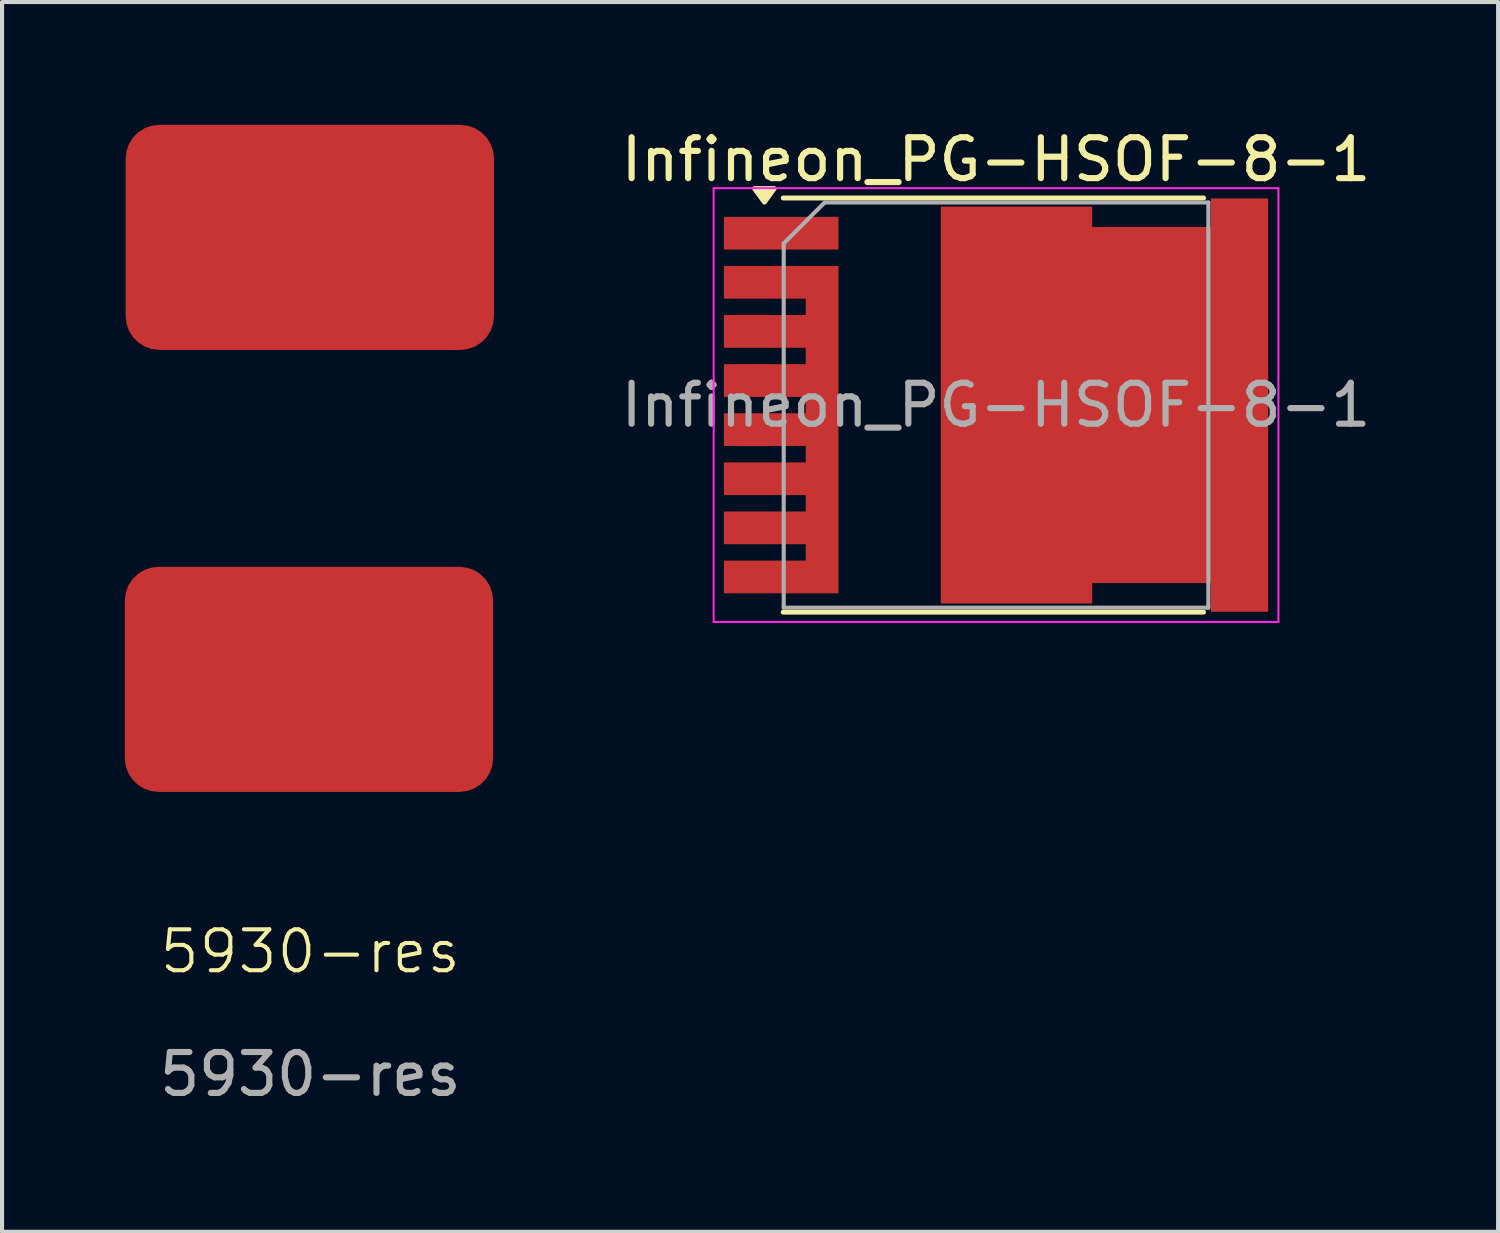
<source format=kicad_pcb>
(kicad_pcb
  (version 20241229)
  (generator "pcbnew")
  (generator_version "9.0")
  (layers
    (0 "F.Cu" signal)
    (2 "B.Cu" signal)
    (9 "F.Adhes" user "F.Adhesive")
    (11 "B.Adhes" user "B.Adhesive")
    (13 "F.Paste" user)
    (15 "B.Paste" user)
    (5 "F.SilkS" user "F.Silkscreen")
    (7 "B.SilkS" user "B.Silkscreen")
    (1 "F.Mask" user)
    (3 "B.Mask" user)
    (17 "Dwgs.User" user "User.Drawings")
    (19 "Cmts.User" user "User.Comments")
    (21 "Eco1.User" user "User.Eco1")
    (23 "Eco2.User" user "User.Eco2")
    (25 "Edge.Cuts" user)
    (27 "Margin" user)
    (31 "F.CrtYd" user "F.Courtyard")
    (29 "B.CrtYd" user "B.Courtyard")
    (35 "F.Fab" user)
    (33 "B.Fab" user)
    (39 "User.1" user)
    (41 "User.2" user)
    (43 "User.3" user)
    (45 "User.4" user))
  (footprint "Infineon_PG-HSOF-8-1"
    (layer "F.Cu")
    (at 21.288 6.848)
    (property "Reference" "Infineon_PG-HSOF-8-1" (at 0 -6 0) (layer "F.SilkS") (effects (font (size 1 1) (thickness 0.15))))
    (attr smd)
    (fp_line (start -5.2 -5.06) (end 5.07 -5.06) (stroke (width 0.12) (type solid)) (layer "F.SilkS"))
    (fp_line (start -5.2 5.06) (end 5.07 5.06) (stroke (width 0.12) (type solid)) (layer "F.SilkS"))
    (fp_poly (pts (xy -5.66 -4.96) (xy -5.42 -5.29) (xy -5.9 -5.29) (xy -5.66 -4.96)) (stroke (width 0.12) (type solid)) (fill yes) (layer "F.SilkS"))
    (fp_line (start -6.9 5.3) (end -6.9 -5.3) (stroke (width 0.05) (type solid)) (layer "F.CrtYd"))
    (fp_line (start -6.9 5.3) (end 6.9 5.3) (stroke (width 0.05) (type solid)) (layer "F.CrtYd"))
    (fp_line (start 6.9 -5.3) (end -6.9 -5.3) (stroke (width 0.05) (type solid)) (layer "F.CrtYd"))
    (fp_line (start 6.9 -5.3) (end 6.9 5.3) (stroke (width 0.05) (type solid)) (layer "F.CrtYd"))
    (fp_line (start -5.188 4.95) (end -5.188 -3.95) (stroke (width 0.1) (type solid)) (layer "F.Fab"))
    (fp_line (start -4.188 -4.95) (end -5.188 -3.95) (stroke (width 0.1) (type solid)) (layer "F.Fab"))
    (fp_line (start -4.188 -4.95) (end 5.188 -4.95) (stroke (width 0.1) (type solid)) (layer "F.Fab"))
    (fp_line (start 5.188 -4.95) (end 5.188 4.95) (stroke (width 0.1) (type solid)) (layer "F.Fab"))
    (fp_line (start 5.188 4.95) (end -5.188 4.95) (stroke (width 0.1) (type solid)) (layer "F.Fab"))
    (fp_text user "${REFERENCE}" (at 0 0 0) (layer "F.Fab") (effects (font (size 1 1) (thickness 0.15))))
    (pad "" smd rect (at -5.25 -4.2) (size 2.6 0.7) (layers "F.Paste"))
    (pad "" smd rect (at -5.25 -3) (size 2.6 0.7) (layers "F.Paste"))
    (pad "" smd rect (at -5.25 -1.8) (size 2.6 0.7) (layers "F.Paste"))
    (pad "" smd rect (at -5.25 -0.6) (size 2.6 0.7) (layers "F.Paste"))
    (pad "" smd rect (at -5.25 0.6) (size 2.6 0.7) (layers "F.Paste"))
    (pad "" smd rect (at -5.25 1.8) (size 2.6 0.7) (layers "F.Paste"))
    (pad "" smd rect (at -5.25 3) (size 2.6 0.7) (layers "F.Paste"))
    (pad "" smd rect (at -5.25 4.2) (size 2.6 0.7) (layers "F.Paste"))
    (pad "" smd circle (at -0.07 -4.2) (size 1 1) (layers "F.Paste"))
    (pad "" smd circle (at -0.07 -3) (size 1 1) (layers "F.Paste"))
    (pad "" smd circle (at -0.07 -1.8) (size 1 1) (layers "F.Paste"))
    (pad "" smd circle (at -0.07 -0.6) (size 1 1) (layers "F.Paste"))
    (pad "" smd circle (at -0.07 0.6) (size 1 1) (layers "F.Paste"))
    (pad "" smd circle (at -0.07 1.8) (size 1 1) (layers "F.Paste"))
    (pad "" smd circle (at -0.07 3) (size 1 1) (layers "F.Paste"))
    (pad "" smd circle (at -0.07 4.2) (size 1 1) (layers "F.Paste"))
    (pad "" smd circle (at 1.13 -4.2) (size 1 1) (layers "F.Paste"))
    (pad "" smd circle (at 1.13 -3) (size 1 1) (layers "F.Paste"))
    (pad "" smd circle (at 1.13 -1.8) (size 1 1) (layers "F.Paste"))
    (pad "" smd circle (at 1.13 -0.6) (size 1 1) (layers "F.Paste"))
    (pad "" smd circle (at 1.13 0.6) (size 1 1) (layers "F.Paste"))
    (pad "" smd circle (at 1.13 1.8) (size 1 1) (layers "F.Paste"))
    (pad "" smd circle (at 1.13 3) (size 1 1) (layers "F.Paste"))
    (pad "" smd circle (at 1.13 4.2) (size 1 1) (layers "F.Paste"))
    (pad "" smd circle (at 2.33 -3) (size 1 1) (layers "F.Paste"))
    (pad "" smd circle (at 2.33 -1.8) (size 1 1) (layers "F.Paste"))
    (pad "" smd circle (at 2.33 -0.6) (size 1 1) (layers "F.Paste"))
    (pad "" smd circle (at 2.33 0.6) (size 1 1) (layers "F.Paste"))
    (pad "" smd circle (at 2.33 1.8) (size 1 1) (layers "F.Paste"))
    (pad "" smd circle (at 2.33 3) (size 1 1) (layers "F.Paste"))
    (pad "" smd circle (at 3.53 -3) (size 1 1) (layers "F.Paste"))
    (pad "" smd circle (at 3.53 -1.8) (size 1 1) (layers "F.Paste"))
    (pad "" smd circle (at 3.53 -0.6) (size 1 1) (layers "F.Paste"))
    (pad "" smd circle (at 3.53 0.6) (size 1 1) (layers "F.Paste"))
    (pad "" smd circle (at 3.53 1.8) (size 1 1) (layers "F.Paste"))
    (pad "" smd circle (at 3.53 3) (size 1 1) (layers "F.Paste"))
    (pad "" smd circle (at 4.73 -3) (size 1 1) (layers "F.Paste"))
    (pad "" smd circle (at 4.73 -1.8) (size 1 1) (layers "F.Paste"))
    (pad "" smd circle (at 4.73 -0.6) (size 1 1) (layers "F.Paste"))
    (pad "" smd circle (at 4.73 0.6) (size 1 1) (layers "F.Paste"))
    (pad "" smd circle (at 4.73 1.8) (size 1 1) (layers "F.Paste"))
    (pad "" smd circle (at 4.73 3) (size 1 1) (layers "F.Paste"))
    (pad "" smd circle (at 5.93 -4.2) (size 1 1) (layers "F.Paste"))
    (pad "" smd circle (at 5.93 -3) (size 1 1) (layers "F.Paste"))
    (pad "" smd circle (at 5.93 -1.8) (size 1 1) (layers "F.Paste"))
    (pad "" smd circle (at 5.93 -0.6) (size 1 1) (layers "F.Paste"))
    (pad "" smd circle (at 5.93 0.6) (size 1 1) (layers "F.Paste"))
    (pad "" smd circle (at 5.93 1.8) (size 1 1) (layers "F.Paste"))
    (pad "" smd circle (at 5.93 3) (size 1 1) (layers "F.Paste"))
    (pad "" smd circle (at 5.93 4.2) (size 1 1) (layers "F.Paste"))
    (pad "1" smd rect (at -5.25 -4.2) (size 2.8 0.8) (layers "F.Cu" "F.Mask"))
    (pad "2" smd custom (at 3.8 0) (size 2.9 8.7) (layers "F.Cu" "F.Mask") (options (anchor rect)) (primitives (gr_poly (pts (xy 2.85 5.05) (xy 1.45 5.05) (xy 1.45 -5.05) (xy 2.85 -5.05)) (width 0) (fill yes)) (gr_poly (pts (xy -1.45 4.85) (xy -5.15 4.85) (xy -5.15 -4.85) (xy -1.45 -4.85)) (width 0) (fill yes))))
    (pad "3" smd custom (at -4.25 0.6) (size 0.8 8) (layers "F.Cu" "F.Mask") (options (anchor rect)) (primitives (gr_poly (pts (xy -0.4 -3.2) (xy -2.4 -3.2) (xy -2.4 -4) (xy -0.4 -4)) (width 0) (fill yes)) (gr_poly (pts (xy -0.4 -2) (xy -2.4 -2) (xy -2.4 -2.8) (xy -0.4 -2.8)) (width 0) (fill yes)) (gr_poly (pts (xy -0.4 -0.8) (xy -2.4 -0.8) (xy -2.4 -1.6) (xy -0.4 -1.6)) (width 0) (fill yes)) (gr_poly (pts (xy -0.4 0.4) (xy -2.4 0.4) (xy -2.4 -0.4) (xy -0.4 -0.4)) (width 0) (fill yes)) (gr_poly (pts (xy -0.4 1.6) (xy -2.4 1.6) (xy -2.4 0.8) (xy -0.4 0.8)) (width 0) (fill yes)) (gr_poly (pts (xy -0.4 2.8) (xy -2.4 2.8) (xy -2.4 2) (xy -0.4 2)) (width 0) (fill yes)) (gr_poly (pts (xy -0.4 4) (xy -2.4 4) (xy -2.4 3.2) (xy -0.4 3.2)) (width 0) (fill yes)))))
  (footprint "5930-res"
    (layer "F.Cu")
    (at 4.5 8.17)
    (property "Reference" "5930-res" (at 0.03 12.03 0) (unlocked yes) (layer "F.SilkS") (effects (font (size 1 1) (thickness 0.1))))
    (attr smd)
    (fp_text user "${REFERENCE}" (at 0.03 15.03 0) (unlocked yes) (layer "F.Fab") (effects (font (size 1 1) (thickness 0.15))))
    (pad "1" smd roundrect (at 0.02 -5.42) (size 9 5.5) (layers "F.Cu" "F.Mask" "F.Paste") (roundrect_rratio 0.15))
    (pad "2" smd roundrect (at 0 5.38) (size 9 5.5) (layers "F.Cu" "F.Mask" "F.Paste") (roundrect_rratio 0.15)))
  (gr_rect
    (start -3 -3)
    (end 33.556 27.048)
    (stroke (width 0.1) (type default))
    (fill no)
    (layer "Edge.Cuts")))
</source>
